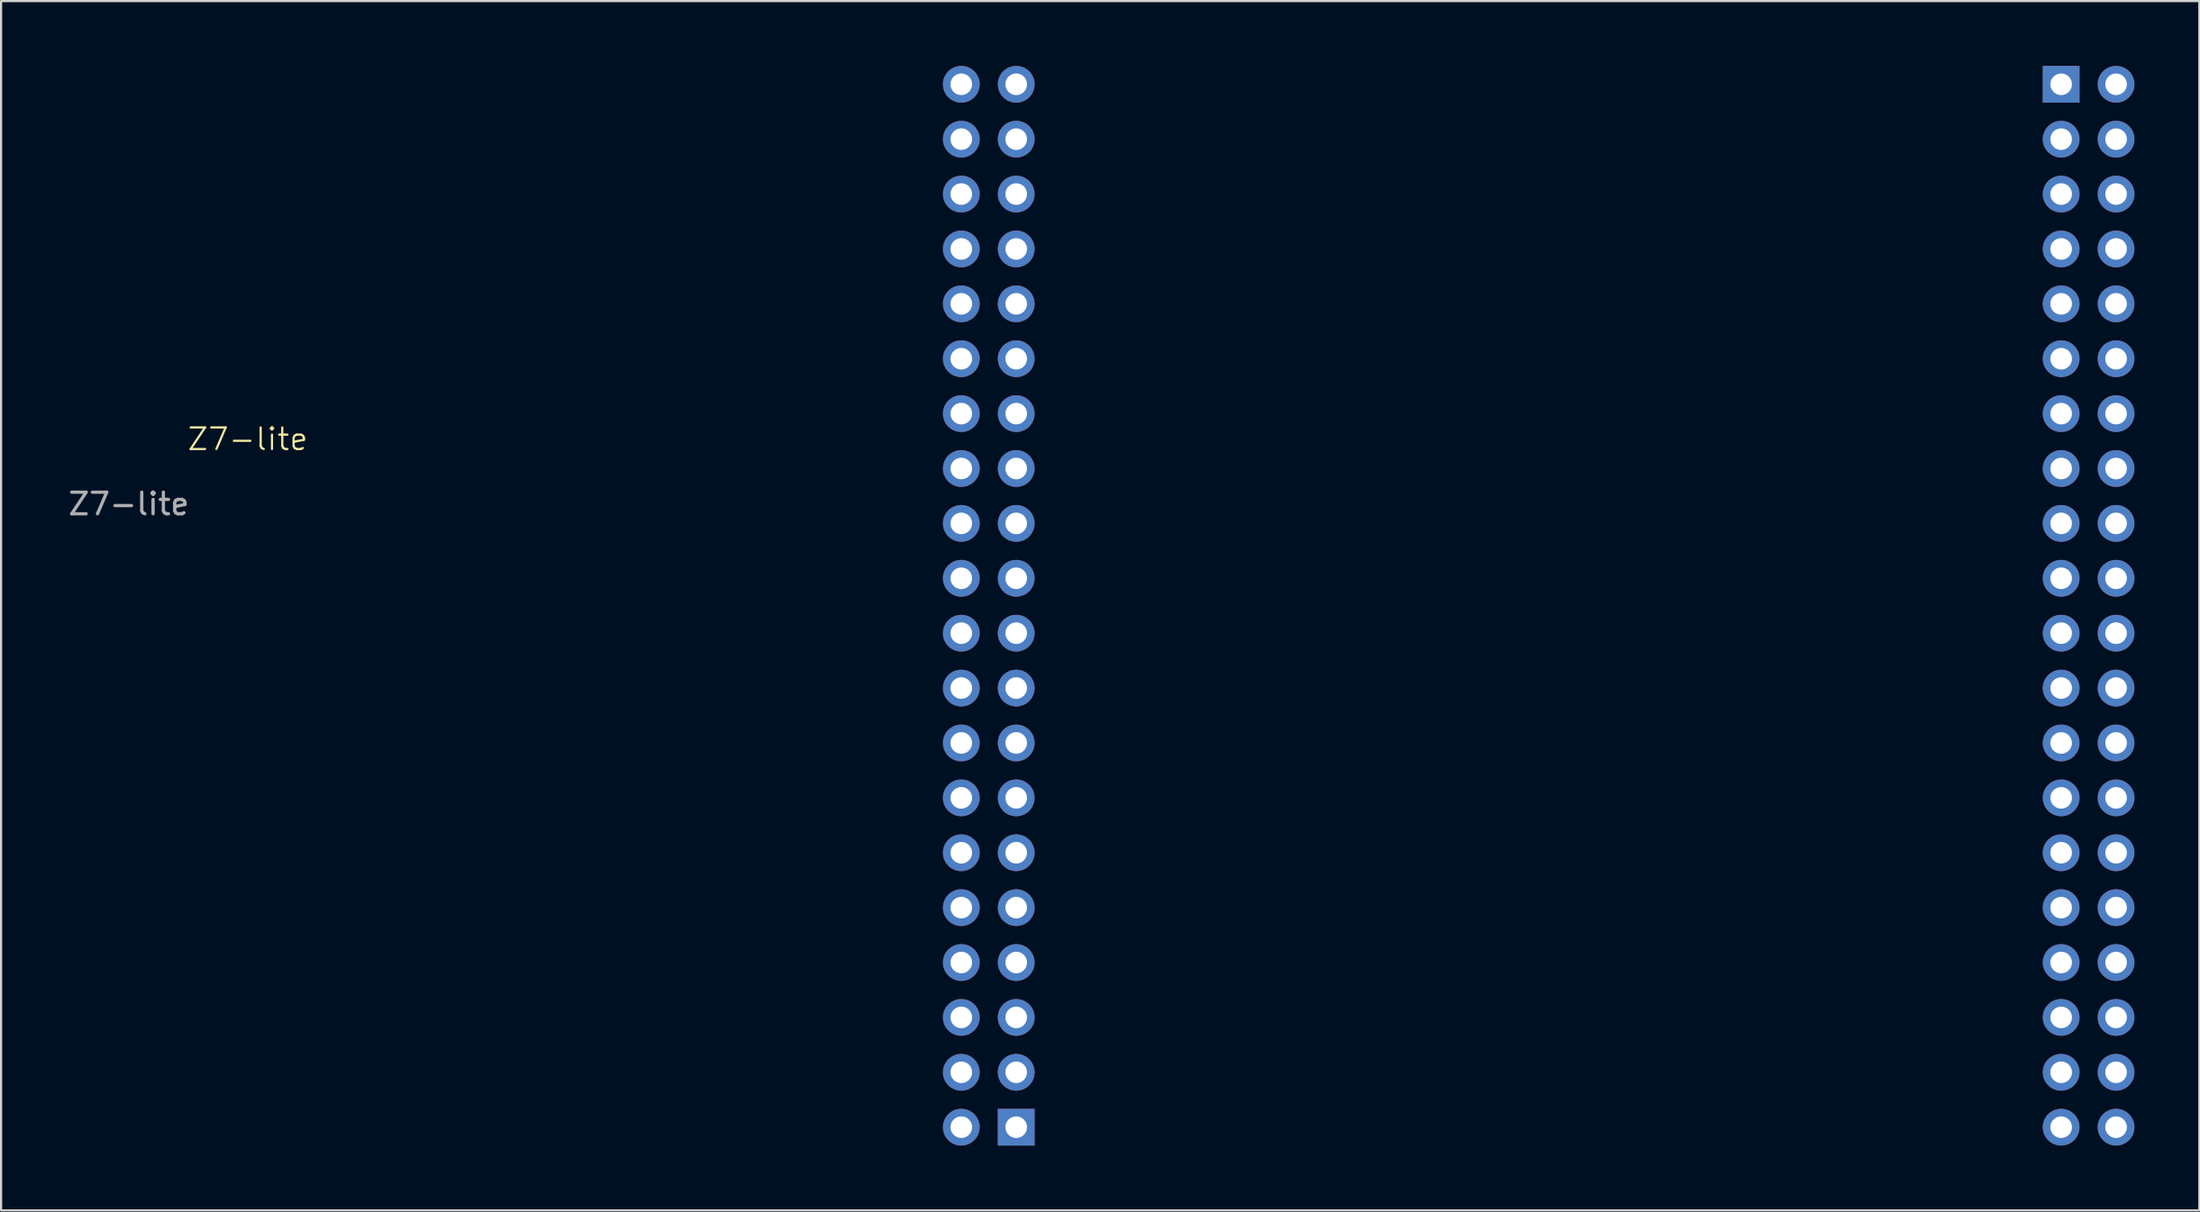
<source format=kicad_pcb>
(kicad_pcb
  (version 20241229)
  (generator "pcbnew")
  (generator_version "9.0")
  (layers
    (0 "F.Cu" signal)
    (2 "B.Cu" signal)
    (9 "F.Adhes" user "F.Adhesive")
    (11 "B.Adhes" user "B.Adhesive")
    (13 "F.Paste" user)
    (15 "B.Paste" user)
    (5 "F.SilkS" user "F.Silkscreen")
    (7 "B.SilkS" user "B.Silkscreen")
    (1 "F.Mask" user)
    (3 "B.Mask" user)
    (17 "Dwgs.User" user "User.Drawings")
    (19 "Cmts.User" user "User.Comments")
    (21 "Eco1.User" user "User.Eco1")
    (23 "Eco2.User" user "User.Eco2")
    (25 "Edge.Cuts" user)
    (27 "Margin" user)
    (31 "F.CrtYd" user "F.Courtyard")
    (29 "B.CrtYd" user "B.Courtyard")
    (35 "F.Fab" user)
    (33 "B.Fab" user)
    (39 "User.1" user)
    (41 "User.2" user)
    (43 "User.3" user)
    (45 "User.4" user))
  (footprint "Z7-lite"
    (layer "F.Cu")
    (at 41.411 0.85)
    (property "Reference" "Z7-lite" (at -33 16.42 0) (unlocked yes) (layer "F.SilkS") (effects (font (size 1 1) (thickness 0.1))))
    (attr through_hole)
    (fp_text user "${REFERENCE}" (at -38.5 19.42 0) (unlocked yes) (layer "F.Fab") (effects (font (size 1 1) (thickness 0.15))))
    (pad "JP1_1" thru_hole rect (at 2.54 48.26) (size 1.7 1.7) (drill 1) (layers "*.Cu" "*.Mask"))
    (pad "JP1_2" thru_hole oval (at 0 48.26) (size 1.7 1.7) (drill 1) (layers "*.Cu" "*.Mask"))
    (pad "JP1_3" thru_hole oval (at 2.54 45.72) (size 1.7 1.7) (drill 1) (layers "*.Cu" "*.Mask"))
    (pad "JP1_4" thru_hole oval (at 0 45.72) (size 1.7 1.7) (drill 1) (layers "*.Cu" "*.Mask"))
    (pad "JP1_5" thru_hole oval (at 2.54 43.18) (size 1.7 1.7) (drill 1) (layers "*.Cu" "*.Mask"))
    (pad "JP1_6" thru_hole oval (at 0 43.18) (size 1.7 1.7) (drill 1) (layers "*.Cu" "*.Mask"))
    (pad "JP1_7" thru_hole oval (at 2.54 40.64) (size 1.7 1.7) (drill 1) (layers "*.Cu" "*.Mask"))
    (pad "JP1_8" thru_hole oval (at 0 40.64) (size 1.7 1.7) (drill 1) (layers "*.Cu" "*.Mask"))
    (pad "JP1_9" thru_hole oval (at 2.54 38.1) (size 1.7 1.7) (drill 1) (layers "*.Cu" "*.Mask"))
    (pad "JP1_10" thru_hole oval (at 0 38.1) (size 1.7 1.7) (drill 1) (layers "*.Cu" "*.Mask"))
    (pad "JP1_11" thru_hole oval (at 2.54 35.56) (size 1.7 1.7) (drill 1) (layers "*.Cu" "*.Mask"))
    (pad "JP1_12" thru_hole oval (at 0 35.56) (size 1.7 1.7) (drill 1) (layers "*.Cu" "*.Mask"))
    (pad "JP1_13" thru_hole oval (at 2.54 33.02) (size 1.7 1.7) (drill 1) (layers "*.Cu" "*.Mask"))
    (pad "JP1_14" thru_hole oval (at 0 33.02) (size 1.7 1.7) (drill 1) (layers "*.Cu" "*.Mask"))
    (pad "JP1_15" thru_hole oval (at 2.54 30.48) (size 1.7 1.7) (drill 1) (layers "*.Cu" "*.Mask"))
    (pad "JP1_16" thru_hole oval (at 0 30.48) (size 1.7 1.7) (drill 1) (layers "*.Cu" "*.Mask"))
    (pad "JP1_17" thru_hole oval (at 2.54 27.94) (size 1.7 1.7) (drill 1) (layers "*.Cu" "*.Mask"))
    (pad "JP1_18" thru_hole oval (at 0 27.94) (size 1.7 1.7) (drill 1) (layers "*.Cu" "*.Mask"))
    (pad "JP1_19" thru_hole oval (at 2.54 25.4) (size 1.7 1.7) (drill 1) (layers "*.Cu" "*.Mask"))
    (pad "JP1_20" thru_hole oval (at 0 25.4) (size 1.7 1.7) (drill 1) (layers "*.Cu" "*.Mask"))
    (pad "JP1_21" thru_hole oval (at 2.54 22.86) (size 1.7 1.7) (drill 1) (layers "*.Cu" "*.Mask"))
    (pad "JP1_22" thru_hole oval (at 0 22.86) (size 1.7 1.7) (drill 1) (layers "*.Cu" "*.Mask"))
    (pad "JP1_23" thru_hole oval (at 2.54 20.32) (size 1.7 1.7) (drill 1) (layers "*.Cu" "*.Mask"))
    (pad "JP1_24" thru_hole oval (at 0 20.32) (size 1.7 1.7) (drill 1) (layers "*.Cu" "*.Mask"))
    (pad "JP1_25" thru_hole oval (at 2.54 17.78) (size 1.7 1.7) (drill 1) (layers "*.Cu" "*.Mask"))
    (pad "JP1_26" thru_hole oval (at 0 17.78) (size 1.7 1.7) (drill 1) (layers "*.Cu" "*.Mask"))
    (pad "JP1_27" thru_hole oval (at 2.54 15.24) (size 1.7 1.7) (drill 1) (layers "*.Cu" "*.Mask"))
    (pad "JP1_28" thru_hole oval (at 0 15.24) (size 1.7 1.7) (drill 1) (layers "*.Cu" "*.Mask"))
    (pad "JP1_29" thru_hole oval (at 2.54 12.7) (size 1.7 1.7) (drill 1) (layers "*.Cu" "*.Mask"))
    (pad "JP1_30" thru_hole oval (at 0 12.7) (size 1.7 1.7) (drill 1) (layers "*.Cu" "*.Mask"))
    (pad "JP1_31" thru_hole oval (at 2.54 10.16) (size 1.7 1.7) (drill 1) (layers "*.Cu" "*.Mask"))
    (pad "JP1_32" thru_hole oval (at 0 10.16) (size 1.7 1.7) (drill 1) (layers "*.Cu" "*.Mask"))
    (pad "JP1_33" thru_hole oval (at 2.54 7.62) (size 1.7 1.7) (drill 1) (layers "*.Cu" "*.Mask"))
    (pad "JP1_34" thru_hole oval (at 0 7.62) (size 1.7 1.7) (drill 1) (layers "*.Cu" "*.Mask"))
    (pad "JP1_35" thru_hole oval (at 2.54 5.08) (size 1.7 1.7) (drill 1) (layers "*.Cu" "*.Mask"))
    (pad "JP1_36" thru_hole oval (at 0 5.08) (size 1.7 1.7) (drill 1) (layers "*.Cu" "*.Mask"))
    (pad "JP1_37" thru_hole oval (at 2.54 2.54) (size 1.7 1.7) (drill 1) (layers "*.Cu" "*.Mask"))
    (pad "JP1_38" thru_hole oval (at 0 2.54) (size 1.7 1.7) (drill 1) (layers "*.Cu" "*.Mask"))
    (pad "JP1_39" thru_hole oval (at 2.54 0) (size 1.7 1.7) (drill 1) (layers "*.Cu" "*.Mask"))
    (pad "JP1_40" thru_hole oval (at 0 0) (size 1.7 1.7) (drill 1) (layers "*.Cu" "*.Mask"))
    (pad "JP2_1" thru_hole rect (at 50.87 0 180) (size 1.7 1.7) (drill 1) (layers "*.Cu" "*.Mask"))
    (pad "JP2_2" thru_hole oval (at 53.41 0 180) (size 1.7 1.7) (drill 1) (layers "*.Cu" "*.Mask"))
    (pad "JP2_3" thru_hole oval (at 50.87 2.54 180) (size 1.7 1.7) (drill 1) (layers "*.Cu" "*.Mask"))
    (pad "JP2_4" thru_hole oval (at 53.41 2.54 180) (size 1.7 1.7) (drill 1) (layers "*.Cu" "*.Mask"))
    (pad "JP2_5" thru_hole oval (at 50.87 5.08 180) (size 1.7 1.7) (drill 1) (layers "*.Cu" "*.Mask"))
    (pad "JP2_6" thru_hole oval (at 53.41 5.08 180) (size 1.7 1.7) (drill 1) (layers "*.Cu" "*.Mask"))
    (pad "JP2_7" thru_hole oval (at 50.87 7.62 180) (size 1.7 1.7) (drill 1) (layers "*.Cu" "*.Mask"))
    (pad "JP2_8" thru_hole oval (at 53.41 7.62 180) (size 1.7 1.7) (drill 1) (layers "*.Cu" "*.Mask"))
    (pad "JP2_9" thru_hole oval (at 50.87 10.16 180) (size 1.7 1.7) (drill 1) (layers "*.Cu" "*.Mask"))
    (pad "JP2_10" thru_hole oval (at 53.41 10.16 180) (size 1.7 1.7) (drill 1) (layers "*.Cu" "*.Mask"))
    (pad "JP2_11" thru_hole oval (at 50.87 12.7 180) (size 1.7 1.7) (drill 1) (layers "*.Cu" "*.Mask"))
    (pad "JP2_12" thru_hole oval (at 53.41 12.7 180) (size 1.7 1.7) (drill 1) (layers "*.Cu" "*.Mask"))
    (pad "JP2_13" thru_hole oval (at 50.87 15.24 180) (size 1.7 1.7) (drill 1) (layers "*.Cu" "*.Mask"))
    (pad "JP2_14" thru_hole oval (at 53.41 15.24 180) (size 1.7 1.7) (drill 1) (layers "*.Cu" "*.Mask"))
    (pad "JP2_15" thru_hole oval (at 50.87 17.78 180) (size 1.7 1.7) (drill 1) (layers "*.Cu" "*.Mask"))
    (pad "JP2_16" thru_hole oval (at 53.41 17.78 180) (size 1.7 1.7) (drill 1) (layers "*.Cu" "*.Mask"))
    (pad "JP2_17" thru_hole oval (at 50.87 20.32 180) (size 1.7 1.7) (drill 1) (layers "*.Cu" "*.Mask"))
    (pad "JP2_18" thru_hole oval (at 53.41 20.32 180) (size 1.7 1.7) (drill 1) (layers "*.Cu" "*.Mask"))
    (pad "JP2_19" thru_hole oval (at 50.87 22.86 180) (size 1.7 1.7) (drill 1) (layers "*.Cu" "*.Mask"))
    (pad "JP2_20" thru_hole oval (at 53.41 22.86 180) (size 1.7 1.7) (drill 1) (layers "*.Cu" "*.Mask"))
    (pad "JP2_21" thru_hole oval (at 50.87 25.4 180) (size 1.7 1.7) (drill 1) (layers "*.Cu" "*.Mask"))
    (pad "JP2_22" thru_hole oval (at 53.41 25.4 180) (size 1.7 1.7) (drill 1) (layers "*.Cu" "*.Mask"))
    (pad "JP2_23" thru_hole oval (at 50.87 27.94 180) (size 1.7 1.7) (drill 1) (layers "*.Cu" "*.Mask"))
    (pad "JP2_24" thru_hole oval (at 53.41 27.94 180) (size 1.7 1.7) (drill 1) (layers "*.Cu" "*.Mask"))
    (pad "JP2_25" thru_hole oval (at 50.87 30.48 180) (size 1.7 1.7) (drill 1) (layers "*.Cu" "*.Mask"))
    (pad "JP2_26" thru_hole oval (at 53.41 30.48 180) (size 1.7 1.7) (drill 1) (layers "*.Cu" "*.Mask"))
    (pad "JP2_27" thru_hole oval (at 50.87 33.02 180) (size 1.7 1.7) (drill 1) (layers "*.Cu" "*.Mask"))
    (pad "JP2_28" thru_hole oval (at 53.41 33.02 180) (size 1.7 1.7) (drill 1) (layers "*.Cu" "*.Mask"))
    (pad "JP2_29" thru_hole oval (at 50.87 35.56 180) (size 1.7 1.7) (drill 1) (layers "*.Cu" "*.Mask"))
    (pad "JP2_30" thru_hole oval (at 53.41 35.56 180) (size 1.7 1.7) (drill 1) (layers "*.Cu" "*.Mask"))
    (pad "JP2_31" thru_hole oval (at 50.87 38.1 180) (size 1.7 1.7) (drill 1) (layers "*.Cu" "*.Mask"))
    (pad "JP2_32" thru_hole oval (at 53.41 38.1 180) (size 1.7 1.7) (drill 1) (layers "*.Cu" "*.Mask"))
    (pad "JP2_33" thru_hole oval (at 50.87 40.64 180) (size 1.7 1.7) (drill 1) (layers "*.Cu" "*.Mask"))
    (pad "JP2_34" thru_hole oval (at 53.41 40.64 180) (size 1.7 1.7) (drill 1) (layers "*.Cu" "*.Mask"))
    (pad "JP2_35" thru_hole oval (at 50.87 43.18 180) (size 1.7 1.7) (drill 1) (layers "*.Cu" "*.Mask"))
    (pad "JP2_36" thru_hole oval (at 53.41 43.18 180) (size 1.7 1.7) (drill 1) (layers "*.Cu" "*.Mask"))
    (pad "JP2_37" thru_hole oval (at 50.87 45.72 180) (size 1.7 1.7) (drill 1) (layers "*.Cu" "*.Mask"))
    (pad "JP2_38" thru_hole oval (at 53.41 45.72 180) (size 1.7 1.7) (drill 1) (layers "*.Cu" "*.Mask"))
    (pad "JP2_39" thru_hole oval (at 50.87 48.26 180) (size 1.7 1.7) (drill 1) (layers "*.Cu" "*.Mask"))
    (pad "JP2_40" thru_hole oval (at 53.41 48.26 180) (size 1.7 1.7) (drill 1) (layers "*.Cu" "*.Mask")))
  (gr_rect
    (start -3 -3)
    (end 98.671 52.96)
    (stroke (width 0.1) (type default))
    (fill no)
    (layer "Edge.Cuts")))
</source>
